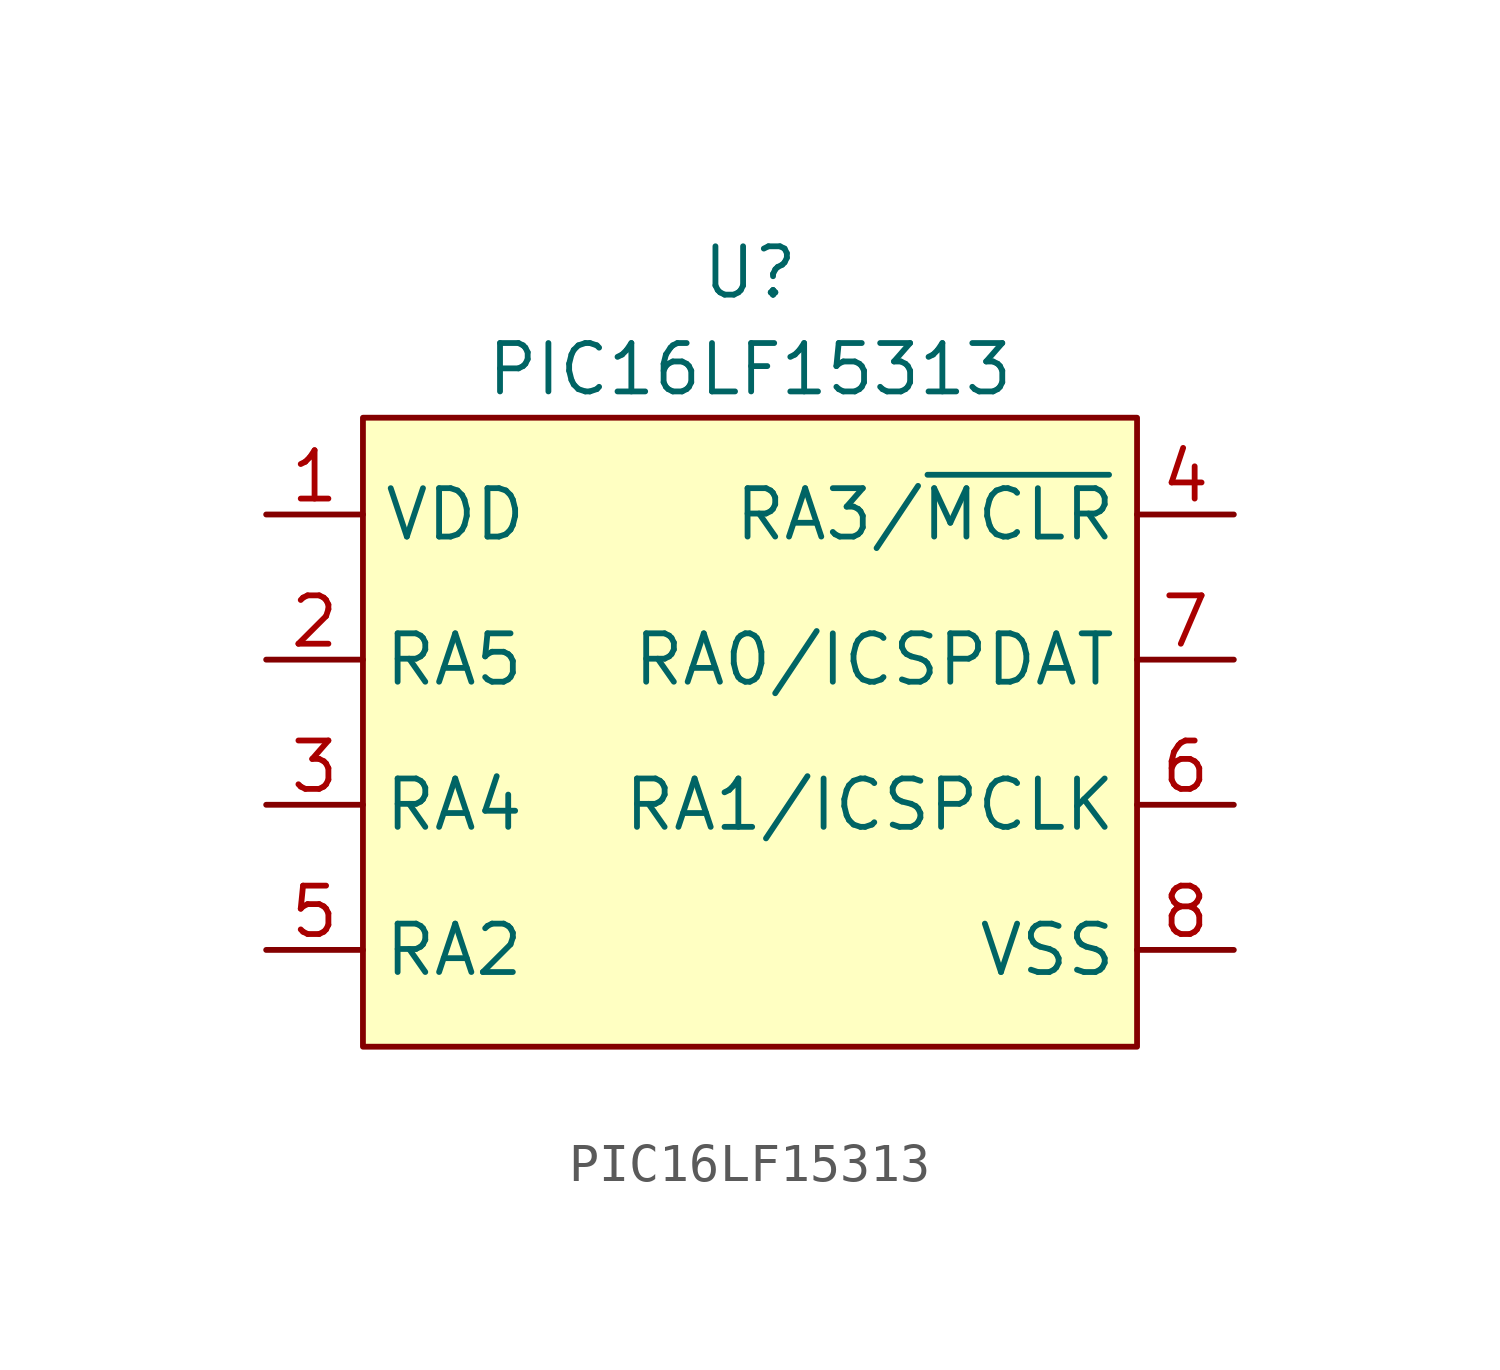
<source format=kicad_sym>
(kicad_symbol_lib
  (version 20211014)
  (generator kicad_symbol_editor)
  (symbol "PIC16LF15313"
    (property "Reference" "U"
      (at 0 12.7 0)
      (effects (font (size 1.27 1.27))))
    (property "Value" "PIC16LF15313"
      (at 0 10.16 0)
      (effects (font (size 1.27 1.27))))
    (symbol "PIC16LF15313_0_1"
      (rectangle (start -10.16 8.89) (end 10.16 -7.62) (stroke (width 0.152) (type default) (color 0 0 0 0)) (fill (type background))))
    (symbol "PIC16LF15313_1_1"
      (pin power_in line (at -12.7 6.35 0) (length 2.54) (name "VDD" (effects (font (size 1.27 1.27)))) (number "1" (effects (font (size 1.27 1.27)))))
      (pin tri_state line (at -12.7 2.54 0) (length 2.54) (name "RA5" (effects (font (size 1.27 1.27)))) (number "2" (effects (font (size 1.27 1.27)))))
      (pin tri_state line (at -12.7 -1.27 0) (length 2.54) (name "RA4" (effects (font (size 1.27 1.27)))) (number "3" (effects (font (size 1.27 1.27)))))
      (pin tri_state line (at 12.7 6.35 180) (length 2.54) (name "RA3/~{MCLR}" (effects (font (size 1.27 1.27)))) (number "4" (effects (font (size 1.27 1.27)))))
      (pin tri_state line (at -12.7 -5.08 0) (length 2.54) (name "RA2" (effects (font (size 1.27 1.27)))) (number "5" (effects (font (size 1.27 1.27)))))
      (pin tri_state line (at 12.7 -1.27 180) (length 2.54) (name "RA1/ICSPCLK" (effects (font (size 1.27 1.27)))) (number "6" (effects (font (size 1.27 1.27)))))
      (pin tri_state line (at 12.7 2.54 180) (length 2.54) (name "RA0/ICSPDAT" (effects (font (size 1.27 1.27)))) (number "7" (effects (font (size 1.27 1.27)))))
      (pin power_in line (at 12.7 -5.08 180) (length 2.54) (name "VSS" (effects (font (size 1.27 1.27)))) (number "8" (effects (font (size 1.27 1.27))))))))
</source>
